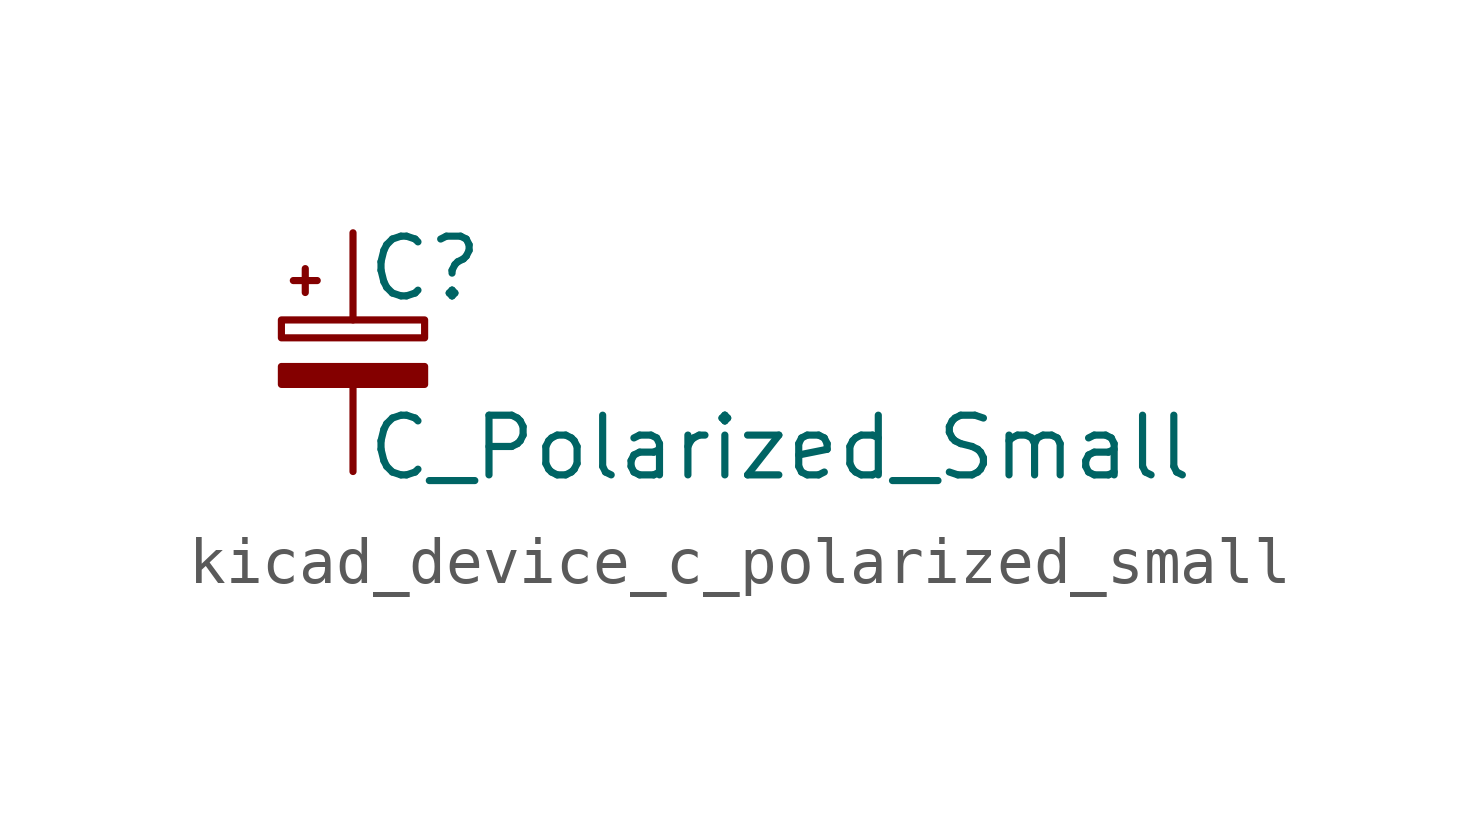
<source format=kicad_sym>
(kicad_symbol_lib
  (version 20220914)
  (generator kicad_symbol_editor)
  (symbol "kicad_device_c_polarized_small"
    (pin_numbers hide)
    (pin_names
      (offset 0.254) hide)
    (property "Reference" "C"
      (at 0.254 1.778 0)
      (effects (font (size 1.27 1.27)) (justify left)))
    (property "Value" "C_Polarized_Small"
      (at 0.254 -2.032 0)
      (effects (font (size 1.27 1.27)) (justify left)))
    (symbol "kicad_device_c_polarized_small_0_1"
      (rectangle (start -1.524 -0.305) (end 1.524 -0.686) (stroke (width 0) (type default)) (fill (type outline)))
      (rectangle (start -1.524 0.686) (end 1.524 0.305) (stroke (width 0) (type default)) (fill (type none)))
      (polyline (pts (xy -1.27 1.524) (xy -0.762 1.524)) (stroke (width 0) (type default)) (fill (type none)))
      (polyline (pts (xy -1.016 1.27) (xy -1.016 1.778)) (stroke (width 0) (type default)) (fill (type none))))
    (symbol "kicad_device_c_polarized_small_1_1"
      (pin passive line (at 0 2.54 270) (length 1.854) (name "~" (effects (font (size 1.27 1.27)))) (number "1" (effects (font (size 1.27 1.27)))))
      (pin passive line (at 0 -2.54 90) (length 1.854) (name "~" (effects (font (size 1.27 1.27)))) (number "2" (effects (font (size 1.27 1.27))))))))
</source>
